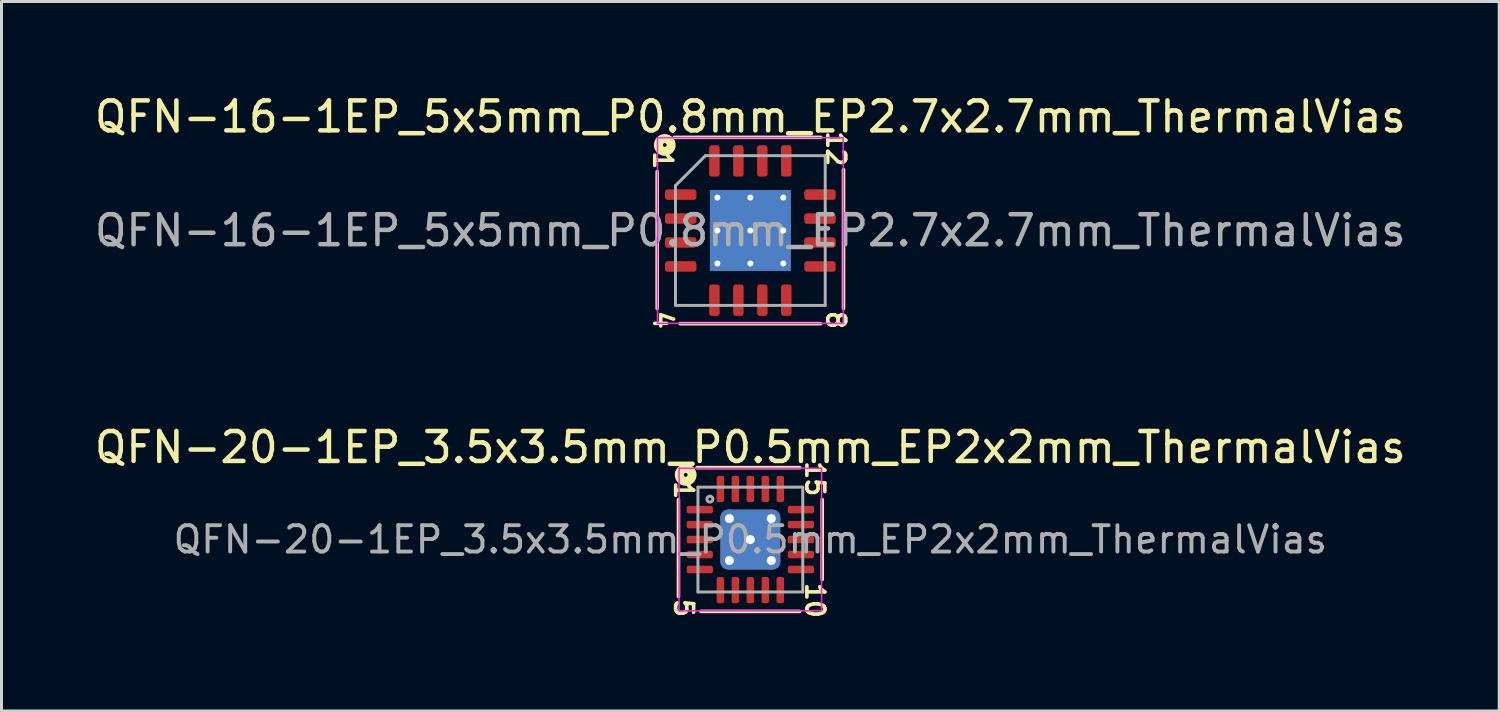
<source format=kicad_pcb>
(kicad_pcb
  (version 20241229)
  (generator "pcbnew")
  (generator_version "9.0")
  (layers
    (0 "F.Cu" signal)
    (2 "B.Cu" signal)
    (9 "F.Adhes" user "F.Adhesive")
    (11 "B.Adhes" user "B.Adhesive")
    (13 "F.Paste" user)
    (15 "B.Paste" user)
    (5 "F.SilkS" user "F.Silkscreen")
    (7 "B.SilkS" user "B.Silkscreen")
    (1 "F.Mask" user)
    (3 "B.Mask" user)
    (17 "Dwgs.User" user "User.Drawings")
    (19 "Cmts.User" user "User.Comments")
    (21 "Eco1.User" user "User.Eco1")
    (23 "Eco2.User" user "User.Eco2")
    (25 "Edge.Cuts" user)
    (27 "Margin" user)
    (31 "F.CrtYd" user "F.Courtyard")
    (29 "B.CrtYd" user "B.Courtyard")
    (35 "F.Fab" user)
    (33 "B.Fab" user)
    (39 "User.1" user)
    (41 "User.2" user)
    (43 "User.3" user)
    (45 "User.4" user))
  (footprint "QFN-16-1EP_5x5mm_P0.8mm_EP2.7x2.7mm_ThermalVias"
    (layer "F.Cu")
    (at 22.006 4.648)
    (property "Reference" "QFN-16-1EP_5x5mm_P0.8mm_EP2.7x2.7mm_ThermalVias" (at 0 -3.8 0) (layer "F.SilkS") (effects (font (size 1 1) (thickness 0.15))))
    (attr smd)
    (fp_line (start -3.111 -1.968) (end -3.111 2.603) (stroke (width 0.12) (type solid)) (layer "F.SilkS"))
    (fp_line (start -2.349 3.111) (end 2.349 3.111) (stroke (width 0.12) (type solid)) (layer "F.SilkS"))
    (fp_line (start 2.349 -3.111) (end -2.54 -3.111) (stroke (width 0.12) (type solid)) (layer "F.SilkS"))
    (fp_line (start 3.111 2.603) (end 3.111 -2.032) (stroke (width 0.12) (type solid)) (layer "F.SilkS"))
    (fp_circle (center -2.857 -2.857) (end -2.794 -2.857) (stroke (width 0.3) (type solid)) (fill no) (layer "F.SilkS"))
    (fp_line (start -3.1 -3.1) (end -3.1 3.1) (stroke (width 0.05) (type solid)) (layer "F.CrtYd"))
    (fp_line (start -3.1 3.1) (end 3.1 3.1) (stroke (width 0.05) (type solid)) (layer "F.CrtYd"))
    (fp_line (start 3.1 -3.1) (end -3.1 -3.1) (stroke (width 0.05) (type solid)) (layer "F.CrtYd"))
    (fp_line (start 3.1 3.1) (end 3.1 -3.1) (stroke (width 0.05) (type solid)) (layer "F.CrtYd"))
    (fp_line (start -2.5 -1.5) (end -1.5 -2.5) (stroke (width 0.1) (type solid)) (layer "F.Fab"))
    (fp_line (start -2.5 2.5) (end -2.5 -1.5) (stroke (width 0.1) (type solid)) (layer "F.Fab"))
    (fp_line (start -1.5 -2.5) (end 2.5 -2.5) (stroke (width 0.1) (type solid)) (layer "F.Fab"))
    (fp_line (start 2.5 -2.5) (end 2.5 2.5) (stroke (width 0.1) (type solid)) (layer "F.Fab"))
    (fp_line (start 2.5 2.5) (end -2.5 2.5) (stroke (width 0.1) (type solid)) (layer "F.Fab"))
    (fp_text user "8" (at 2.857 2.985 270) (unlocked yes) (layer "F.SilkS") (effects (font (size 0.6 0.6) (thickness 0.12))))
    (fp_text user "12" (at 2.857 -2.731 270) (unlocked yes) (layer "F.SilkS") (effects (font (size 0.6 0.6) (thickness 0.12))))
    (fp_text user "4" (at -2.921 2.985 270) (unlocked yes) (layer "F.SilkS") (effects (font (size 0.6 0.6) (thickness 0.12))))
    (fp_text user "1" (at -2.921 -2.349 270) (unlocked yes) (layer "F.SilkS") (effects (font (size 0.6 0.6) (thickness 0.12))))
    (fp_text user "${REFERENCE}" (at 0 0 0) (layer "F.Fab") (effects (font (size 1 1) (thickness 0.15))))
    (pad "" smd roundrect (at -0.675 -0.675) (size 1.17 1.17) (layers "F.Paste") (roundrect_rratio 0.214))
    (pad "" smd roundrect (at -0.675 0.675) (size 1.17 1.17) (layers "F.Paste") (roundrect_rratio 0.214))
    (pad "" smd roundrect (at 0.675 -0.675) (size 1.17 1.17) (layers "F.Paste") (roundrect_rratio 0.214))
    (pad "" smd roundrect (at 0.675 0.675) (size 1.17 1.17) (layers "F.Paste") (roundrect_rratio 0.214))
    (pad "1" smd roundrect (at -2.325 -1.2) (size 1.05 0.35) (layers "F.Cu" "F.Mask" "F.Paste") (roundrect_rratio 0.25))
    (pad "2" smd roundrect (at -2.325 -0.4) (size 1.05 0.35) (layers "F.Cu" "F.Mask" "F.Paste") (roundrect_rratio 0.25))
    (pad "3" smd roundrect (at -2.325 0.4) (size 1.05 0.35) (layers "F.Cu" "F.Mask" "F.Paste") (roundrect_rratio 0.25))
    (pad "4" smd roundrect (at -2.325 1.2) (size 1.05 0.35) (layers "F.Cu" "F.Mask" "F.Paste") (roundrect_rratio 0.25))
    (pad "5" smd roundrect (at -1.2 2.325) (size 0.35 1.05) (layers "F.Cu" "F.Mask" "F.Paste") (roundrect_rratio 0.25))
    (pad "6" smd roundrect (at -0.4 2.325) (size 0.35 1.05) (layers "F.Cu" "F.Mask" "F.Paste") (roundrect_rratio 0.25))
    (pad "7" smd roundrect (at 0.4 2.325) (size 0.35 1.05) (layers "F.Cu" "F.Mask" "F.Paste") (roundrect_rratio 0.25))
    (pad "8" smd roundrect (at 1.2 2.325) (size 0.35 1.05) (layers "F.Cu" "F.Mask" "F.Paste") (roundrect_rratio 0.25))
    (pad "9" smd roundrect (at 2.325 1.2) (size 1.05 0.35) (layers "F.Cu" "F.Mask" "F.Paste") (roundrect_rratio 0.25))
    (pad "10" smd roundrect (at 2.325 0.4) (size 1.05 0.35) (layers "F.Cu" "F.Mask" "F.Paste") (roundrect_rratio 0.25))
    (pad "11" smd roundrect (at 2.325 -0.4) (size 1.05 0.35) (layers "F.Cu" "F.Mask" "F.Paste") (roundrect_rratio 0.25))
    (pad "12" smd roundrect (at 2.325 -1.2) (size 1.05 0.35) (layers "F.Cu" "F.Mask" "F.Paste") (roundrect_rratio 0.25))
    (pad "13" smd roundrect (at 1.2 -2.325) (size 0.35 1.05) (layers "F.Cu" "F.Mask" "F.Paste") (roundrect_rratio 0.25))
    (pad "14" smd roundrect (at 0.4 -2.325) (size 0.35 1.05) (layers "F.Cu" "F.Mask" "F.Paste") (roundrect_rratio 0.25))
    (pad "15" smd roundrect (at -0.4 -2.325) (size 0.35 1.05) (layers "F.Cu" "F.Mask" "F.Paste") (roundrect_rratio 0.25))
    (pad "16" smd roundrect (at -1.2 -2.325) (size 0.35 1.05) (layers "F.Cu" "F.Mask" "F.Paste") (roundrect_rratio 0.25))
    (pad "17" thru_hole circle (at -1.1 -1.1) (size 0.5 0.5) (drill 0.2) (layers "*.Cu"))
    (pad "17" thru_hole circle (at -1.1 0) (size 0.5 0.5) (drill 0.2) (layers "*.Cu"))
    (pad "17" thru_hole circle (at -1.1 1.1) (size 0.5 0.5) (drill 0.2) (layers "*.Cu"))
    (pad "17" thru_hole circle (at 0 -1.1) (size 0.5 0.5) (drill 0.2) (layers "*.Cu"))
    (pad "17" thru_hole circle (at 0 0) (size 0.5 0.5) (drill 0.2) (layers "*.Cu"))
    (pad "17" smd rect (at 0 0) (size 2.7 2.7) (layers "F.Cu" "F.Mask"))
    (pad "17" smd rect (at 0 0) (size 2.7 2.7) (layers "B.Cu" "B.Mask"))
    (pad "17" thru_hole circle (at 0 1.1) (size 0.5 0.5) (drill 0.2) (layers "*.Cu"))
    (pad "17" thru_hole circle (at 1.1 -1.1) (size 0.5 0.5) (drill 0.2) (layers "*.Cu"))
    (pad "17" thru_hole circle (at 1.1 0) (size 0.5 0.5) (drill 0.2) (layers "*.Cu"))
    (pad "17" thru_hole circle (at 1.1 1.1) (size 0.5 0.5) (drill 0.2) (layers "*.Cu")))
  (footprint "QFN-20-1EP_3.5x3.5mm_P0.5mm_EP2x2mm_ThermalVias"
    (layer "F.Cu")
    (at 22.006 14.967)
    (property "Reference" "QFN-20-1EP_3.5x3.5mm_P0.5mm_EP2x2mm_ThermalVias" (at 0 -3.08 0) (layer "F.SilkS") (effects (font (size 1 1) (thickness 0.15))))
    (attr smd)
    (fp_line (start -2.4 -1.333) (end -2.4 1.905) (stroke (width 0.12) (type solid)) (layer "F.SilkS"))
    (fp_line (start -1.651 2.4) (end 1.651 2.4) (stroke (width 0.12) (type solid)) (layer "F.SilkS"))
    (fp_line (start 1.651 -2.4) (end -1.778 -2.4) (stroke (width 0.12) (type solid)) (layer "F.SilkS"))
    (fp_line (start 2.4 1.333) (end 2.4 -1.333) (stroke (width 0.12) (type solid)) (layer "F.SilkS"))
    (fp_circle (center -2.159 -2.159) (end -2.095 -2.159) (stroke (width 0.3) (type solid)) (fill no) (layer "F.SilkS"))
    (fp_line (start -2.38 -2.38) (end -2.38 2.38) (stroke (width 0.05) (type solid)) (layer "F.CrtYd"))
    (fp_line (start -2.38 2.38) (end 2.38 2.38) (stroke (width 0.05) (type solid)) (layer "F.CrtYd"))
    (fp_line (start 2.38 -2.38) (end -2.38 -2.38) (stroke (width 0.05) (type solid)) (layer "F.CrtYd"))
    (fp_line (start 2.38 2.38) (end 2.38 -2.38) (stroke (width 0.05) (type solid)) (layer "F.CrtYd"))
    (fp_line (start -1.75 -1.75) (end 1.75 -1.75) (stroke (width 0.1) (type solid)) (layer "F.Fab"))
    (fp_line (start -1.75 1.75) (end -1.75 -1.75) (stroke (width 0.1) (type solid)) (layer "F.Fab"))
    (fp_line (start 1.75 -1.75) (end 1.75 1.75) (stroke (width 0.1) (type solid)) (layer "F.Fab"))
    (fp_line (start 1.75 1.75) (end -1.75 1.75) (stroke (width 0.1) (type solid)) (layer "F.Fab"))
    (fp_circle (center -1.35 -1.35) (end -1.25 -1.35) (stroke (width 0.1) (type solid)) (fill no) (layer "F.Fab"))
    (fp_text user "5" (at -2.223 2.286 270) (unlocked yes) (layer "F.SilkS") (effects (font (size 0.6 0.6) (thickness 0.12))))
    (fp_text user "10" (at 2.159 2.032 270) (unlocked yes) (layer "F.SilkS") (effects (font (size 0.6 0.6) (thickness 0.12))))
    (fp_text user "15" (at 2.159 -2.032 270) (unlocked yes) (layer "F.SilkS") (effects (font (size 0.6 0.6) (thickness 0.12))))
    (fp_text user "1" (at -2.223 -1.651 270) (unlocked yes) (layer "F.SilkS") (effects (font (size 0.6 0.6) (thickness 0.12))))
    (fp_text user "${REFERENCE}" (at 0 0 0) (layer "F.Fab") (effects (font (size 0.88 0.88) (thickness 0.13))))
    (pad "" smd roundrect (at -0.5 -0.5) (size 0.87 0.87) (layers "F.Paste") (roundrect_rratio 0.25))
    (pad "" smd roundrect (at -0.5 0.5) (size 0.87 0.87) (layers "F.Paste") (roundrect_rratio 0.25))
    (pad "" smd roundrect (at 0.5 -0.5) (size 0.87 0.87) (layers "F.Paste") (roundrect_rratio 0.25))
    (pad "" smd roundrect (at 0.5 0.5) (size 0.87 0.87) (layers "F.Paste") (roundrect_rratio 0.25))
    (pad "1" smd roundrect (at -1.688 -1) (size 0.875 0.25) (layers "F.Cu" "F.Mask" "F.Paste") (roundrect_rratio 0.25))
    (pad "2" smd roundrect (at -1.688 -0.5) (size 0.875 0.25) (layers "F.Cu" "F.Mask" "F.Paste") (roundrect_rratio 0.25))
    (pad "3" smd roundrect (at -1.688 0) (size 0.875 0.25) (layers "F.Cu" "F.Mask" "F.Paste") (roundrect_rratio 0.25))
    (pad "4" smd roundrect (at -1.688 0.5) (size 0.875 0.25) (layers "F.Cu" "F.Mask" "F.Paste") (roundrect_rratio 0.25))
    (pad "5" smd roundrect (at -1.688 1) (size 0.875 0.25) (layers "F.Cu" "F.Mask" "F.Paste") (roundrect_rratio 0.25))
    (pad "6" smd roundrect (at -1 1.688) (size 0.25 0.875) (layers "F.Cu" "F.Mask" "F.Paste") (roundrect_rratio 0.25))
    (pad "7" smd roundrect (at -0.5 1.688) (size 0.25 0.875) (layers "F.Cu" "F.Mask" "F.Paste") (roundrect_rratio 0.25))
    (pad "8" smd roundrect (at 0 1.688) (size 0.25 0.875) (layers "F.Cu" "F.Mask" "F.Paste") (roundrect_rratio 0.25))
    (pad "9" smd roundrect (at 0.5 1.688) (size 0.25 0.875) (layers "F.Cu" "F.Mask" "F.Paste") (roundrect_rratio 0.25))
    (pad "10" smd roundrect (at 1 1.688) (size 0.25 0.875) (layers "F.Cu" "F.Mask" "F.Paste") (roundrect_rratio 0.25))
    (pad "11" smd roundrect (at 1.688 1) (size 0.875 0.25) (layers "F.Cu" "F.Mask" "F.Paste") (roundrect_rratio 0.25))
    (pad "12" smd roundrect (at 1.688 0.5) (size 0.875 0.25) (layers "F.Cu" "F.Mask" "F.Paste") (roundrect_rratio 0.25))
    (pad "13" smd roundrect (at 1.688 0) (size 0.875 0.25) (layers "F.Cu" "F.Mask" "F.Paste") (roundrect_rratio 0.25))
    (pad "14" smd roundrect (at 1.688 -0.5) (size 0.875 0.25) (layers "F.Cu" "F.Mask" "F.Paste") (roundrect_rratio 0.25))
    (pad "15" smd roundrect (at 1.688 -1) (size 0.875 0.25) (layers "F.Cu" "F.Mask" "F.Paste") (roundrect_rratio 0.25))
    (pad "16" smd roundrect (at 1 -1.688) (size 0.25 0.875) (layers "F.Cu" "F.Mask" "F.Paste") (roundrect_rratio 0.25))
    (pad "17" smd roundrect (at 0.5 -1.688) (size 0.25 0.875) (layers "F.Cu" "F.Mask" "F.Paste") (roundrect_rratio 0.25))
    (pad "18" smd roundrect (at 0 -1.688) (size 0.25 0.875) (layers "F.Cu" "F.Mask" "F.Paste") (roundrect_rratio 0.25))
    (pad "19" smd roundrect (at -0.5 -1.688) (size 0.25 0.875) (layers "F.Cu" "F.Mask" "F.Paste") (roundrect_rratio 0.25))
    (pad "20" smd roundrect (at -1 -1.688) (size 0.25 0.875) (layers "F.Cu" "F.Mask" "F.Paste") (roundrect_rratio 0.25))
    (pad "21" thru_hole circle (at -0.7 -0.7) (size 0.6 0.6) (drill 0.3) (property pad_prop_heatsink) (layers "*.Cu"))
    (pad "21" thru_hole circle (at -0.7 0.7) (size 0.6 0.6) (drill 0.3) (property pad_prop_heatsink) (layers "*.Cu"))
    (pad "21" thru_hole circle (at 0 0) (size 0.6 0.6) (drill 0.3) (property pad_prop_heatsink) (layers "*.Cu"))
    (pad "21" smd roundrect (at 0 0) (size 2 2) (layers "F.Cu" "F.Mask") (roundrect_rratio 0.125))
    (pad "21" smd roundrect (at 0 0) (size 2 2) (layers "B.Cu" "B.Mask") (roundrect_rratio 0.125))
    (pad "21" thru_hole circle (at 0.7 -0.7) (size 0.6 0.6) (drill 0.3) (property pad_prop_heatsink) (layers "*.Cu"))
    (pad "21" thru_hole circle (at 0.7 0.7) (size 0.6 0.6) (drill 0.3) (property pad_prop_heatsink) (layers "*.Cu")))
  (gr_rect
    (start -3 -3)
    (end 47.012 20.69)
    (stroke (width 0.1) (type default))
    (fill no)
    (layer "Edge.Cuts")))
</source>
